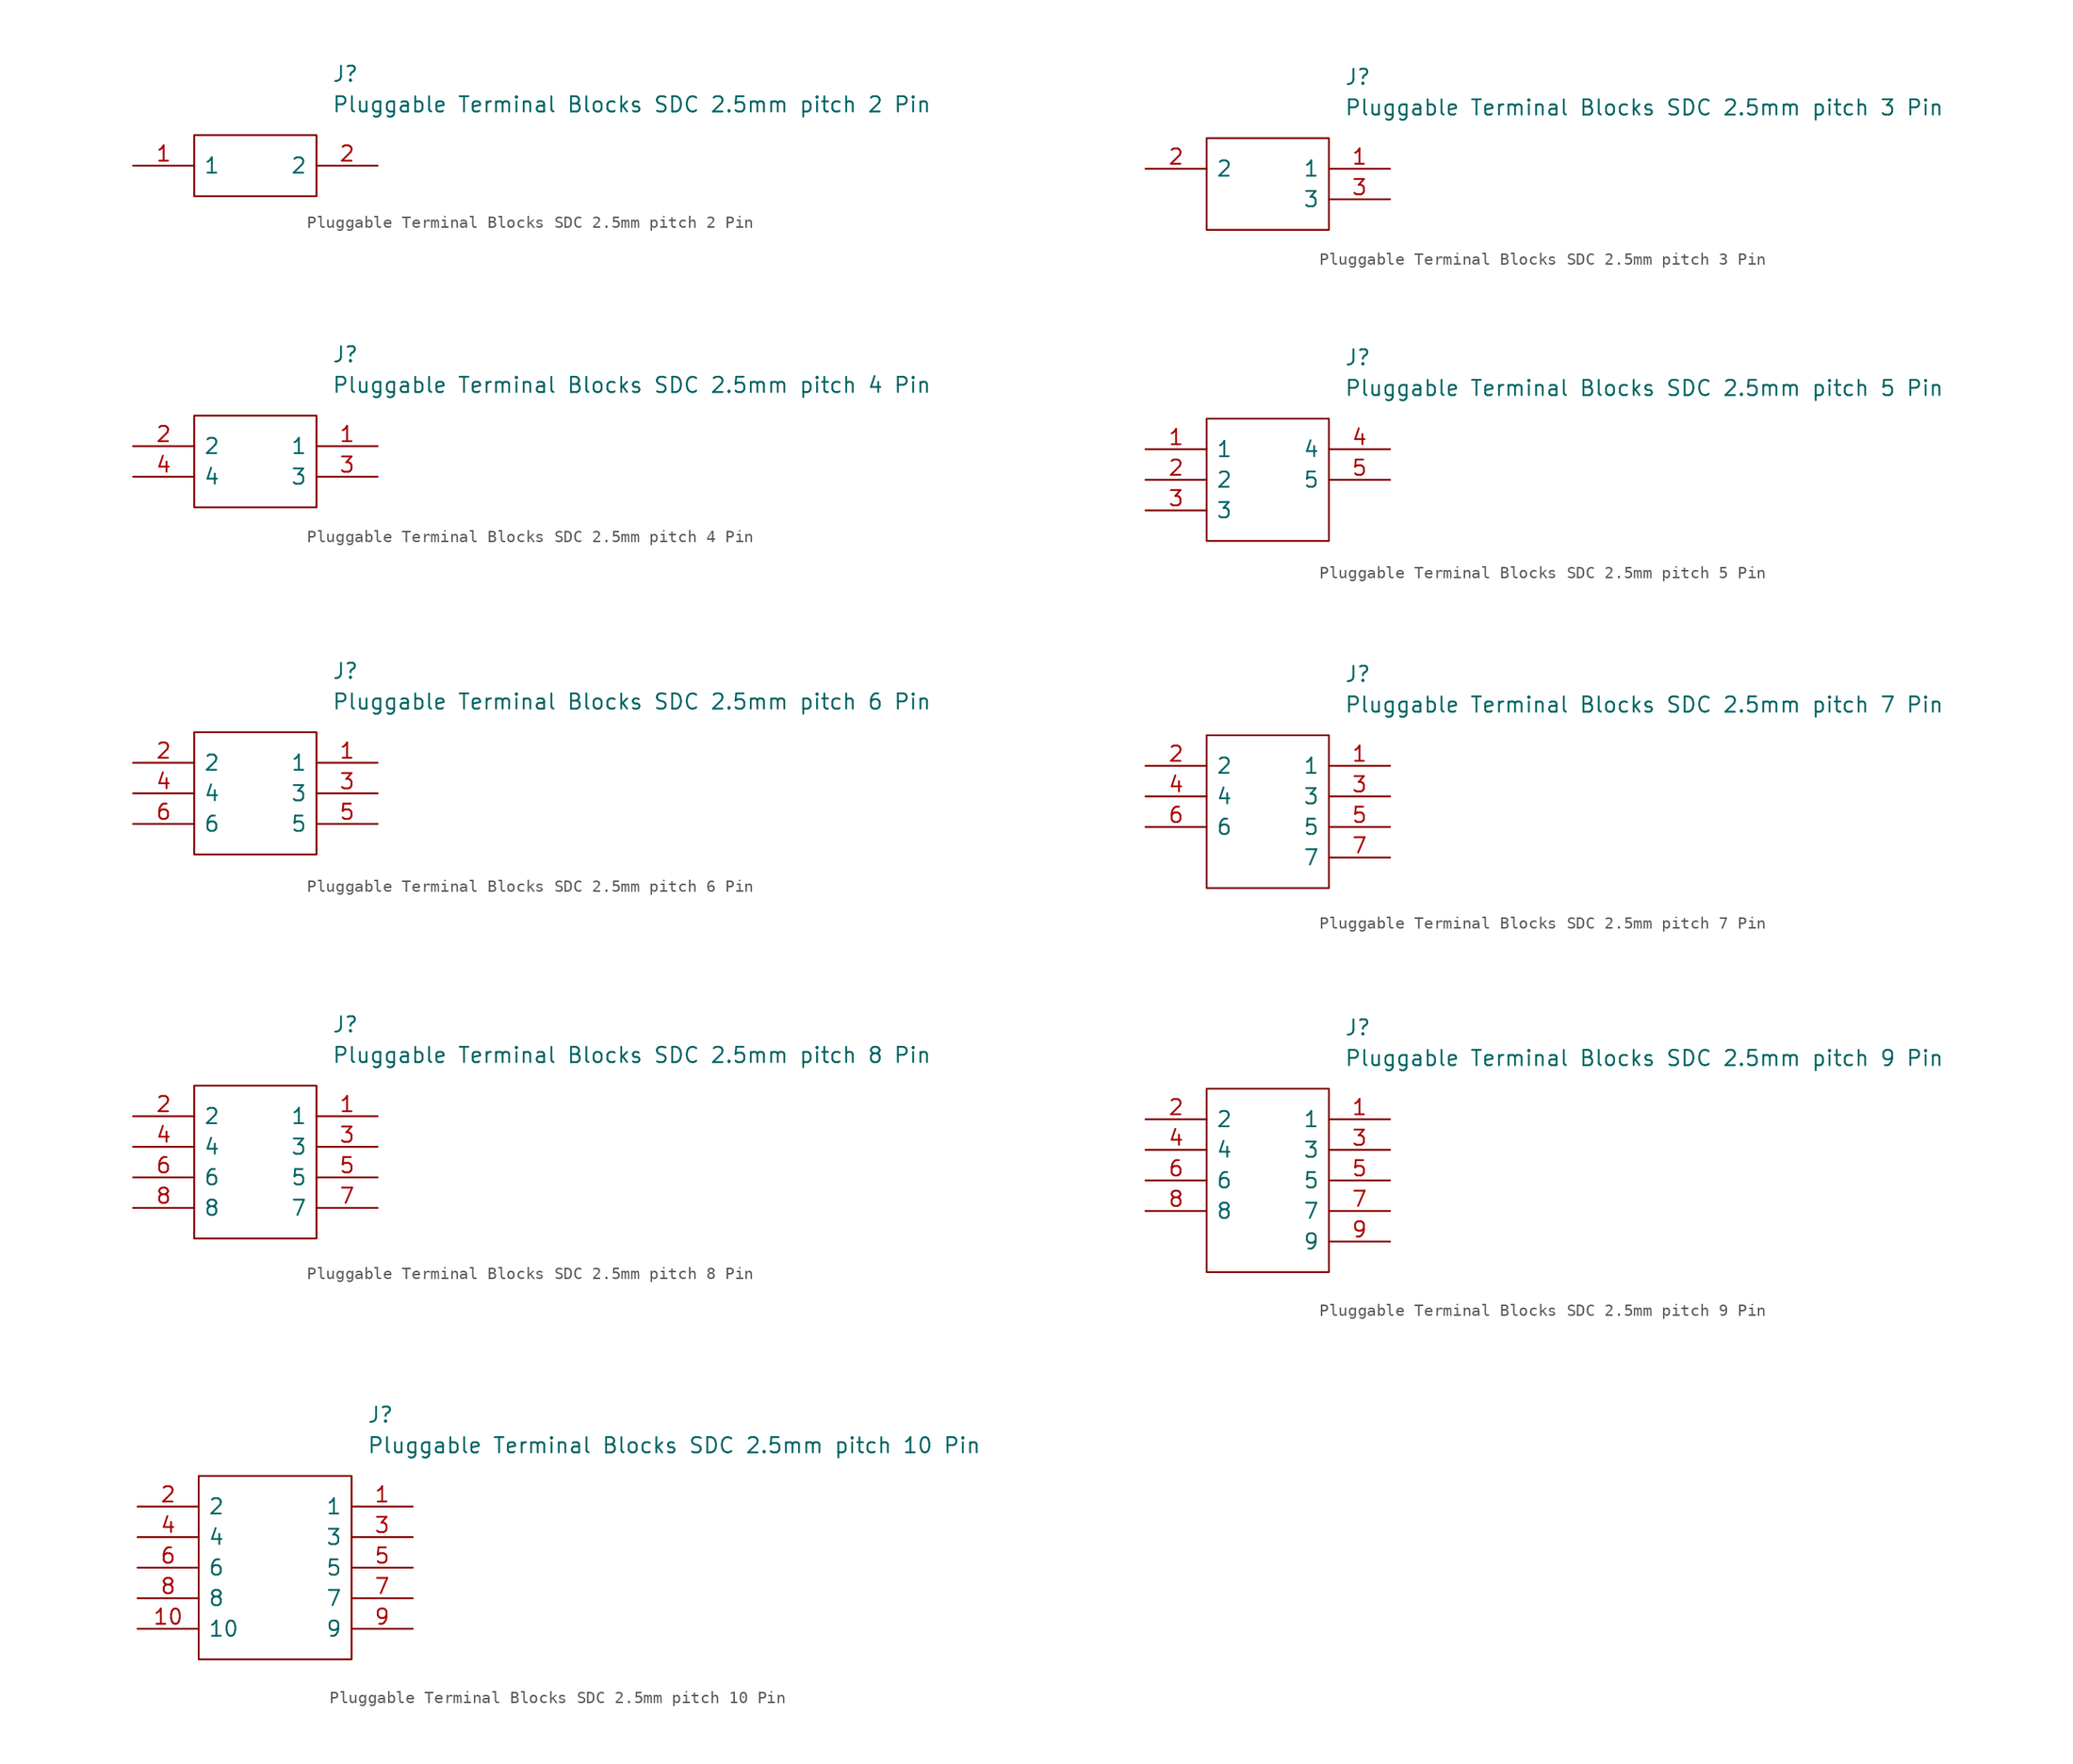
<source format=kicad_sym>
(kicad_symbol_lib
  (version 20211014)
  (generator kicad_symbol_editor)
  (symbol "Pluggable Terminal Blocks SDC 2.5mm pitch 2 Pin"
    (pin_names
      (offset 0.762))
    (property "Reference" "J"
      (at 16.51 7.62 0)
      (effects (font (size 1.27 1.27)) (justify left)))
    (property "Value" "Pluggable Terminal Blocks SDC 2.5mm pitch 2 Pin"
      (at 16.51 5.08 0)
      (effects (font (size 1.27 1.27)) (justify left)))
    (symbol "Pluggable Terminal Blocks SDC 2.5mm pitch 2 Pin_0_0"
      (pin passive line (at 0 0 0) (length 5.08) (name "1" (effects (font (size 1.27 1.27)))) (number "1" (effects (font (size 1.27 1.27)))))
      (pin passive line (at 20.32 0 180) (length 5.08) (name "2" (effects (font (size 1.27 1.27)))) (number "2" (effects (font (size 1.27 1.27))))))
    (symbol "Pluggable Terminal Blocks SDC 2.5mm pitch 2 Pin_0_1"
      (polyline (pts (xy 5.08 2.54) (xy 15.24 2.54) (xy 15.24 -2.54) (xy 5.08 -2.54) (xy 5.08 2.54)) (stroke (width 0.152) (type default) (color 0 0 0 0)) (fill (type none)))))
  (symbol "Pluggable Terminal Blocks SDC 2.5mm pitch 3 Pin"
    (pin_names
      (offset 0.762))
    (property "Reference" "J"
      (at 16.51 7.62 0)
      (effects (font (size 1.27 1.27)) (justify left)))
    (property "Value" "Pluggable Terminal Blocks SDC 2.5mm pitch 3 Pin"
      (at 16.51 5.08 0)
      (effects (font (size 1.27 1.27)) (justify left)))
    (symbol "Pluggable Terminal Blocks SDC 2.5mm pitch 3 Pin_0_0"
      (pin passive line (at 20.32 0 180) (length 5.08) (name "1" (effects (font (size 1.27 1.27)))) (number "1" (effects (font (size 1.27 1.27)))))
      (pin passive line (at 0 0 0) (length 5.08) (name "2" (effects (font (size 1.27 1.27)))) (number "2" (effects (font (size 1.27 1.27)))))
      (pin passive line (at 20.32 -2.54 180) (length 5.08) (name "3" (effects (font (size 1.27 1.27)))) (number "3" (effects (font (size 1.27 1.27))))))
    (symbol "Pluggable Terminal Blocks SDC 2.5mm pitch 3 Pin_0_1"
      (polyline (pts (xy 5.08 2.54) (xy 15.24 2.54) (xy 15.24 -5.08) (xy 5.08 -5.08) (xy 5.08 2.54)) (stroke (width 0.152) (type default) (color 0 0 0 0)) (fill (type none)))))
  (symbol "Pluggable Terminal Blocks SDC 2.5mm pitch 4 Pin"
    (pin_names
      (offset 0.762))
    (property "Reference" "J"
      (at 16.51 7.62 0)
      (effects (font (size 1.27 1.27)) (justify left)))
    (property "Value" "Pluggable Terminal Blocks SDC 2.5mm pitch 4 Pin"
      (at 16.51 5.08 0)
      (effects (font (size 1.27 1.27)) (justify left)))
    (symbol "Pluggable Terminal Blocks SDC 2.5mm pitch 4 Pin_0_0"
      (pin passive line (at 20.32 0 180) (length 5.08) (name "1" (effects (font (size 1.27 1.27)))) (number "1" (effects (font (size 1.27 1.27)))))
      (pin passive line (at 0 0 0) (length 5.08) (name "2" (effects (font (size 1.27 1.27)))) (number "2" (effects (font (size 1.27 1.27)))))
      (pin passive line (at 20.32 -2.54 180) (length 5.08) (name "3" (effects (font (size 1.27 1.27)))) (number "3" (effects (font (size 1.27 1.27)))))
      (pin passive line (at 0 -2.54 0) (length 5.08) (name "4" (effects (font (size 1.27 1.27)))) (number "4" (effects (font (size 1.27 1.27))))))
    (symbol "Pluggable Terminal Blocks SDC 2.5mm pitch 4 Pin_0_1"
      (polyline (pts (xy 5.08 2.54) (xy 15.24 2.54) (xy 15.24 -5.08) (xy 5.08 -5.08) (xy 5.08 2.54)) (stroke (width 0.152) (type default) (color 0 0 0 0)) (fill (type none)))))
  (symbol "Pluggable Terminal Blocks SDC 2.5mm pitch 5 Pin"
    (pin_names
      (offset 0.762))
    (property "Reference" "J"
      (at 16.51 7.62 0)
      (effects (font (size 1.27 1.27)) (justify left)))
    (property "Value" "Pluggable Terminal Blocks SDC 2.5mm pitch 5 Pin"
      (at 16.51 5.08 0)
      (effects (font (size 1.27 1.27)) (justify left)))
    (symbol "Pluggable Terminal Blocks SDC 2.5mm pitch 5 Pin_0_0"
      (pin passive line (at 0 0 0) (length 5.08) (name "1" (effects (font (size 1.27 1.27)))) (number "1" (effects (font (size 1.27 1.27)))))
      (pin passive line (at 0 -2.54 0) (length 5.08) (name "2" (effects (font (size 1.27 1.27)))) (number "2" (effects (font (size 1.27 1.27)))))
      (pin passive line (at 0 -5.08 0) (length 5.08) (name "3" (effects (font (size 1.27 1.27)))) (number "3" (effects (font (size 1.27 1.27)))))
      (pin passive line (at 20.32 0 180) (length 5.08) (name "4" (effects (font (size 1.27 1.27)))) (number "4" (effects (font (size 1.27 1.27)))))
      (pin passive line (at 20.32 -2.54 180) (length 5.08) (name "5" (effects (font (size 1.27 1.27)))) (number "5" (effects (font (size 1.27 1.27))))))
    (symbol "Pluggable Terminal Blocks SDC 2.5mm pitch 5 Pin_0_1"
      (polyline (pts (xy 5.08 2.54) (xy 15.24 2.54) (xy 15.24 -7.62) (xy 5.08 -7.62) (xy 5.08 2.54)) (stroke (width 0.152) (type default) (color 0 0 0 0)) (fill (type none)))))
  (symbol "Pluggable Terminal Blocks SDC 2.5mm pitch 6 Pin"
    (pin_names
      (offset 0.762))
    (property "Reference" "J"
      (at 16.51 7.62 0)
      (effects (font (size 1.27 1.27)) (justify left)))
    (property "Value" "Pluggable Terminal Blocks SDC 2.5mm pitch 6 Pin"
      (at 16.51 5.08 0)
      (effects (font (size 1.27 1.27)) (justify left)))
    (symbol "Pluggable Terminal Blocks SDC 2.5mm pitch 6 Pin_0_0"
      (pin passive line (at 20.32 0 180) (length 5.08) (name "1" (effects (font (size 1.27 1.27)))) (number "1" (effects (font (size 1.27 1.27)))))
      (pin passive line (at 0 0 0) (length 5.08) (name "2" (effects (font (size 1.27 1.27)))) (number "2" (effects (font (size 1.27 1.27)))))
      (pin passive line (at 20.32 -2.54 180) (length 5.08) (name "3" (effects (font (size 1.27 1.27)))) (number "3" (effects (font (size 1.27 1.27)))))
      (pin passive line (at 0 -2.54 0) (length 5.08) (name "4" (effects (font (size 1.27 1.27)))) (number "4" (effects (font (size 1.27 1.27)))))
      (pin passive line (at 20.32 -5.08 180) (length 5.08) (name "5" (effects (font (size 1.27 1.27)))) (number "5" (effects (font (size 1.27 1.27)))))
      (pin passive line (at 0 -5.08 0) (length 5.08) (name "6" (effects (font (size 1.27 1.27)))) (number "6" (effects (font (size 1.27 1.27))))))
    (symbol "Pluggable Terminal Blocks SDC 2.5mm pitch 6 Pin_0_1"
      (polyline (pts (xy 5.08 2.54) (xy 15.24 2.54) (xy 15.24 -7.62) (xy 5.08 -7.62) (xy 5.08 2.54)) (stroke (width 0.152) (type default) (color 0 0 0 0)) (fill (type none)))))
  (symbol "Pluggable Terminal Blocks SDC 2.5mm pitch 7 Pin"
    (pin_names
      (offset 0.762))
    (property "Reference" "J"
      (at 16.51 7.62 0)
      (effects (font (size 1.27 1.27)) (justify left)))
    (property "Value" "Pluggable Terminal Blocks SDC 2.5mm pitch 7 Pin"
      (at 16.51 5.08 0)
      (effects (font (size 1.27 1.27)) (justify left)))
    (symbol "Pluggable Terminal Blocks SDC 2.5mm pitch 7 Pin_0_0"
      (pin passive line (at 20.32 0 180) (length 5.08) (name "1" (effects (font (size 1.27 1.27)))) (number "1" (effects (font (size 1.27 1.27)))))
      (pin passive line (at 0 0 0) (length 5.08) (name "2" (effects (font (size 1.27 1.27)))) (number "2" (effects (font (size 1.27 1.27)))))
      (pin passive line (at 20.32 -2.54 180) (length 5.08) (name "3" (effects (font (size 1.27 1.27)))) (number "3" (effects (font (size 1.27 1.27)))))
      (pin passive line (at 0 -2.54 0) (length 5.08) (name "4" (effects (font (size 1.27 1.27)))) (number "4" (effects (font (size 1.27 1.27)))))
      (pin passive line (at 20.32 -5.08 180) (length 5.08) (name "5" (effects (font (size 1.27 1.27)))) (number "5" (effects (font (size 1.27 1.27)))))
      (pin passive line (at 0 -5.08 0) (length 5.08) (name "6" (effects (font (size 1.27 1.27)))) (number "6" (effects (font (size 1.27 1.27)))))
      (pin passive line (at 20.32 -7.62 180) (length 5.08) (name "7" (effects (font (size 1.27 1.27)))) (number "7" (effects (font (size 1.27 1.27))))))
    (symbol "Pluggable Terminal Blocks SDC 2.5mm pitch 7 Pin_0_1"
      (polyline (pts (xy 5.08 2.54) (xy 15.24 2.54) (xy 15.24 -10.16) (xy 5.08 -10.16) (xy 5.08 2.54)) (stroke (width 0.152) (type default) (color 0 0 0 0)) (fill (type none)))))
  (symbol "Pluggable Terminal Blocks SDC 2.5mm pitch 8 Pin"
    (pin_names
      (offset 0.762))
    (property "Reference" "J"
      (at 16.51 7.62 0)
      (effects (font (size 1.27 1.27)) (justify left)))
    (property "Value" "Pluggable Terminal Blocks SDC 2.5mm pitch 8 Pin"
      (at 16.51 5.08 0)
      (effects (font (size 1.27 1.27)) (justify left)))
    (symbol "Pluggable Terminal Blocks SDC 2.5mm pitch 8 Pin_0_0"
      (pin passive line (at 20.32 0 180) (length 5.08) (name "1" (effects (font (size 1.27 1.27)))) (number "1" (effects (font (size 1.27 1.27)))))
      (pin passive line (at 0 0 0) (length 5.08) (name "2" (effects (font (size 1.27 1.27)))) (number "2" (effects (font (size 1.27 1.27)))))
      (pin passive line (at 20.32 -2.54 180) (length 5.08) (name "3" (effects (font (size 1.27 1.27)))) (number "3" (effects (font (size 1.27 1.27)))))
      (pin passive line (at 0 -2.54 0) (length 5.08) (name "4" (effects (font (size 1.27 1.27)))) (number "4" (effects (font (size 1.27 1.27)))))
      (pin passive line (at 20.32 -5.08 180) (length 5.08) (name "5" (effects (font (size 1.27 1.27)))) (number "5" (effects (font (size 1.27 1.27)))))
      (pin passive line (at 0 -5.08 0) (length 5.08) (name "6" (effects (font (size 1.27 1.27)))) (number "6" (effects (font (size 1.27 1.27)))))
      (pin passive line (at 20.32 -7.62 180) (length 5.08) (name "7" (effects (font (size 1.27 1.27)))) (number "7" (effects (font (size 1.27 1.27)))))
      (pin passive line (at 0 -7.62 0) (length 5.08) (name "8" (effects (font (size 1.27 1.27)))) (number "8" (effects (font (size 1.27 1.27))))))
    (symbol "Pluggable Terminal Blocks SDC 2.5mm pitch 8 Pin_0_1"
      (polyline (pts (xy 5.08 2.54) (xy 15.24 2.54) (xy 15.24 -10.16) (xy 5.08 -10.16) (xy 5.08 2.54)) (stroke (width 0.152) (type default) (color 0 0 0 0)) (fill (type none)))))
  (symbol "Pluggable Terminal Blocks SDC 2.5mm pitch 9 Pin"
    (pin_names
      (offset 0.762))
    (property "Reference" "J"
      (at 16.51 7.62 0)
      (effects (font (size 1.27 1.27)) (justify left)))
    (property "Value" "Pluggable Terminal Blocks SDC 2.5mm pitch 9 Pin"
      (at 16.51 5.08 0)
      (effects (font (size 1.27 1.27)) (justify left)))
    (symbol "Pluggable Terminal Blocks SDC 2.5mm pitch 9 Pin_0_0"
      (pin passive line (at 20.32 0 180) (length 5.08) (name "1" (effects (font (size 1.27 1.27)))) (number "1" (effects (font (size 1.27 1.27)))))
      (pin passive line (at 0 0 0) (length 5.08) (name "2" (effects (font (size 1.27 1.27)))) (number "2" (effects (font (size 1.27 1.27)))))
      (pin passive line (at 20.32 -2.54 180) (length 5.08) (name "3" (effects (font (size 1.27 1.27)))) (number "3" (effects (font (size 1.27 1.27)))))
      (pin passive line (at 0 -2.54 0) (length 5.08) (name "4" (effects (font (size 1.27 1.27)))) (number "4" (effects (font (size 1.27 1.27)))))
      (pin passive line (at 20.32 -5.08 180) (length 5.08) (name "5" (effects (font (size 1.27 1.27)))) (number "5" (effects (font (size 1.27 1.27)))))
      (pin passive line (at 0 -5.08 0) (length 5.08) (name "6" (effects (font (size 1.27 1.27)))) (number "6" (effects (font (size 1.27 1.27)))))
      (pin passive line (at 20.32 -7.62 180) (length 5.08) (name "7" (effects (font (size 1.27 1.27)))) (number "7" (effects (font (size 1.27 1.27)))))
      (pin passive line (at 0 -7.62 0) (length 5.08) (name "8" (effects (font (size 1.27 1.27)))) (number "8" (effects (font (size 1.27 1.27)))))
      (pin passive line (at 20.32 -10.16 180) (length 5.08) (name "9" (effects (font (size 1.27 1.27)))) (number "9" (effects (font (size 1.27 1.27))))))
    (symbol "Pluggable Terminal Blocks SDC 2.5mm pitch 9 Pin_0_1"
      (polyline (pts (xy 5.08 2.54) (xy 15.24 2.54) (xy 15.24 -12.7) (xy 5.08 -12.7) (xy 5.08 2.54)) (stroke (width 0.152) (type default) (color 0 0 0 0)) (fill (type none)))))
  (symbol "Pluggable Terminal Blocks SDC 2.5mm pitch 10 Pin"
    (pin_names
      (offset 0.762))
    (property "Reference" "J"
      (at 19.05 7.62 0)
      (effects (font (size 1.27 1.27)) (justify left)))
    (property "Value" "Pluggable Terminal Blocks SDC 2.5mm pitch 10 Pin"
      (at 19.05 5.08 0)
      (effects (font (size 1.27 1.27)) (justify left)))
    (symbol "Pluggable Terminal Blocks SDC 2.5mm pitch 10 Pin_0_0"
      (pin passive line (at 22.86 0 180) (length 5.08) (name "1" (effects (font (size 1.27 1.27)))) (number "1" (effects (font (size 1.27 1.27)))))
      (pin passive line (at 0 -10.16 0) (length 5.08) (name "10" (effects (font (size 1.27 1.27)))) (number "10" (effects (font (size 1.27 1.27)))))
      (pin passive line (at 0 0 0) (length 5.08) (name "2" (effects (font (size 1.27 1.27)))) (number "2" (effects (font (size 1.27 1.27)))))
      (pin passive line (at 22.86 -2.54 180) (length 5.08) (name "3" (effects (font (size 1.27 1.27)))) (number "3" (effects (font (size 1.27 1.27)))))
      (pin passive line (at 0 -2.54 0) (length 5.08) (name "4" (effects (font (size 1.27 1.27)))) (number "4" (effects (font (size 1.27 1.27)))))
      (pin passive line (at 22.86 -5.08 180) (length 5.08) (name "5" (effects (font (size 1.27 1.27)))) (number "5" (effects (font (size 1.27 1.27)))))
      (pin passive line (at 0 -5.08 0) (length 5.08) (name "6" (effects (font (size 1.27 1.27)))) (number "6" (effects (font (size 1.27 1.27)))))
      (pin passive line (at 22.86 -7.62 180) (length 5.08) (name "7" (effects (font (size 1.27 1.27)))) (number "7" (effects (font (size 1.27 1.27)))))
      (pin passive line (at 0 -7.62 0) (length 5.08) (name "8" (effects (font (size 1.27 1.27)))) (number "8" (effects (font (size 1.27 1.27)))))
      (pin passive line (at 22.86 -10.16 180) (length 5.08) (name "9" (effects (font (size 1.27 1.27)))) (number "9" (effects (font (size 1.27 1.27))))))
    (symbol "Pluggable Terminal Blocks SDC 2.5mm pitch 10 Pin_0_1"
      (polyline (pts (xy 5.08 2.54) (xy 17.78 2.54) (xy 17.78 -12.7) (xy 5.08 -12.7) (xy 5.08 2.54)) (stroke (width 0.152) (type default) (color 0 0 0 0)) (fill (type none))))))
</source>
